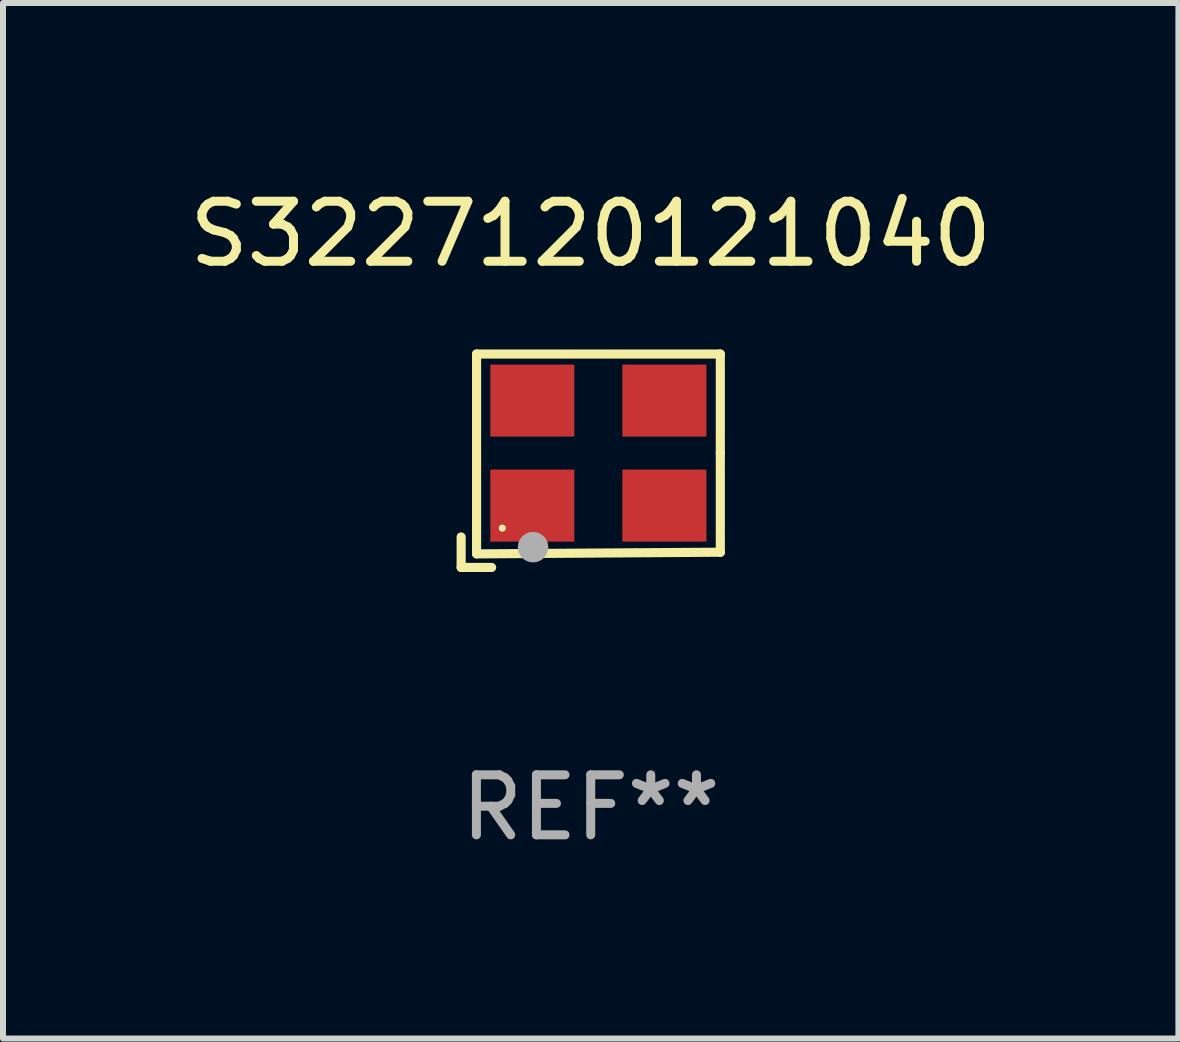
<source format=kicad_pcb>
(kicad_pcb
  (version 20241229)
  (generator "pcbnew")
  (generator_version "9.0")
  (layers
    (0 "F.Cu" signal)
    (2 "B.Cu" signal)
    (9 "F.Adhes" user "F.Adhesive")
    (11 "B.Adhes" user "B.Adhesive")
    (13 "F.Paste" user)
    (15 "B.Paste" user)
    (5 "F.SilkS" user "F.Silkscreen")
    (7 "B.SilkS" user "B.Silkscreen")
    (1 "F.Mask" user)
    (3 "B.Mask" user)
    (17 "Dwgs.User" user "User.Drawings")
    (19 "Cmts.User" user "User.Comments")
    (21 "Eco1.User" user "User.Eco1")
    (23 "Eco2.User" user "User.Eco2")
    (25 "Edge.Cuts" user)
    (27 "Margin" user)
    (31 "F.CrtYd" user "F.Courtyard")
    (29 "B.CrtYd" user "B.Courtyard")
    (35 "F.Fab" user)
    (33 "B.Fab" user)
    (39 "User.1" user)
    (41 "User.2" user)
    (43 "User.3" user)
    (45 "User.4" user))
  (footprint "S3227120121040"
    (layer "F.Cu")
    (at 6.792 4.626)
    (property "Reference" "S3227120121040" (at 0 -3.778 0) (layer "F.SilkS") (effects (font (size 1 1) (thickness 0.15))))
    (attr through_hole)
    (fp_line (start -2.159 1.27) (end -2.159 1.778) (stroke (width 0.152) (type solid)) (layer "F.SilkS"))
    (fp_line (start -2.159 1.778) (end -1.651 1.778) (stroke (width 0.152) (type solid)) (layer "F.SilkS"))
    (fp_line (start -1.902 -1.778) (end 2.159 -1.778) (stroke (width 0.152) (type solid)) (layer "F.SilkS"))
    (fp_line (start -1.902 1.552) (end -1.902 -1.778) (stroke (width 0.152) (type solid)) (layer "F.SilkS"))
    (fp_line (start 2.159 -1.778) (end 2.159 -0.127) (stroke (width 0.152) (type solid)) (layer "F.SilkS"))
    (fp_line (start 2.159 -0.127) (end 2.159 1.524) (stroke (width 0.152) (type solid)) (layer "F.SilkS"))
    (fp_line (start 2.159 1.524) (end -1.902 1.552) (stroke (width 0.152) (type solid)) (layer "F.SilkS"))
    (fp_line (start 2.159 1.524) (end 2.159 1.524) (stroke (width 0.152) (type solid)) (layer "F.SilkS"))
    (fp_circle (center -1.473 1.123) (end -1.443 1.123) (stroke (width 0.06) (type solid)) (fill no) (layer "F.SilkS"))
    (fp_circle (center -0.961 1.44) (end -0.834 1.44) (stroke (width 0.254) (type solid)) (fill no) (layer "F.Fab"))
    (fp_text user "REF**" (at 0 5.778 0) (layer "F.Fab") (effects (font (size 1 1) (thickness 0.15))))
    (pad "1" smd rect (at -0.973 0.748) (size 1.4 1.2) (layers "F.Cu" "F.Mask" "F.Paste"))
    (pad "2" smd rect (at 1.227 0.748) (size 1.4 1.2) (layers "F.Cu" "F.Mask" "F.Paste"))
    (pad "3" smd rect (at 1.227 -1.002) (size 1.4 1.2) (layers "F.Cu" "F.Mask" "F.Paste"))
    (pad "4" smd rect (at -0.973 -1.002) (size 1.4 1.2) (layers "F.Cu" "F.Mask" "F.Paste")))
  (gr_rect
    (start -3 -3)
    (end 16.583 14.253)
    (stroke (width 0.1) (type default))
    (fill no)
    (layer "Edge.Cuts")))
</source>
